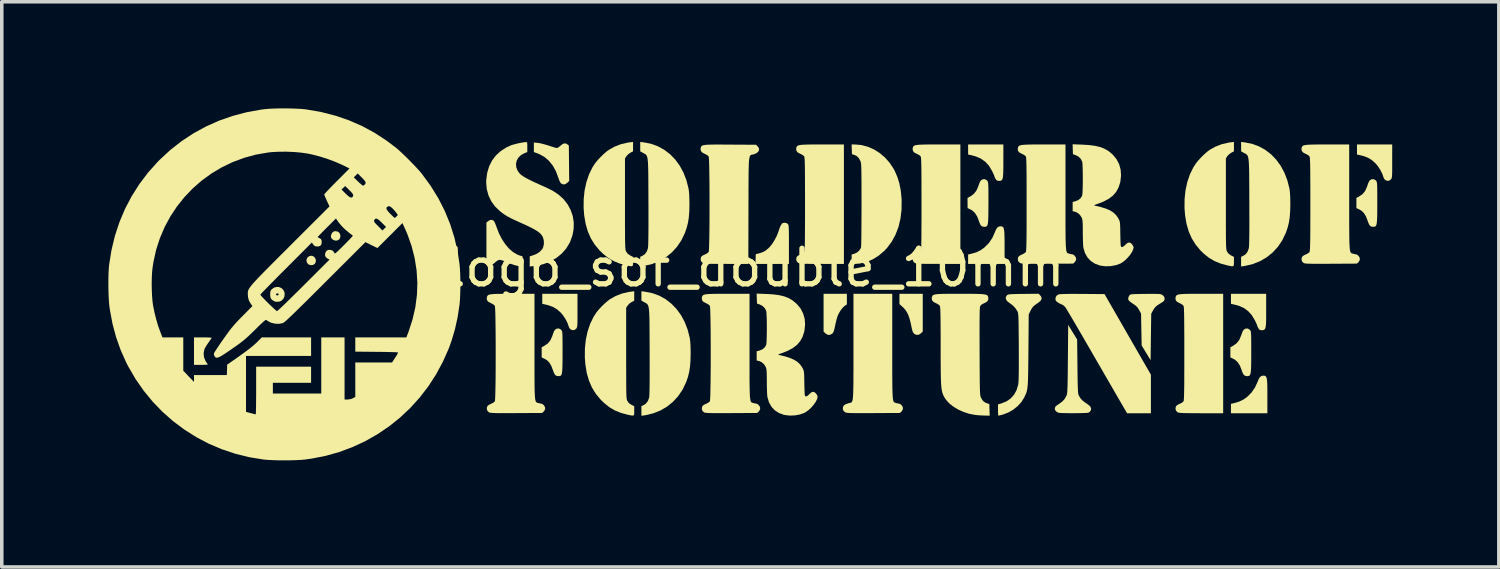
<source format=kicad_pcb>
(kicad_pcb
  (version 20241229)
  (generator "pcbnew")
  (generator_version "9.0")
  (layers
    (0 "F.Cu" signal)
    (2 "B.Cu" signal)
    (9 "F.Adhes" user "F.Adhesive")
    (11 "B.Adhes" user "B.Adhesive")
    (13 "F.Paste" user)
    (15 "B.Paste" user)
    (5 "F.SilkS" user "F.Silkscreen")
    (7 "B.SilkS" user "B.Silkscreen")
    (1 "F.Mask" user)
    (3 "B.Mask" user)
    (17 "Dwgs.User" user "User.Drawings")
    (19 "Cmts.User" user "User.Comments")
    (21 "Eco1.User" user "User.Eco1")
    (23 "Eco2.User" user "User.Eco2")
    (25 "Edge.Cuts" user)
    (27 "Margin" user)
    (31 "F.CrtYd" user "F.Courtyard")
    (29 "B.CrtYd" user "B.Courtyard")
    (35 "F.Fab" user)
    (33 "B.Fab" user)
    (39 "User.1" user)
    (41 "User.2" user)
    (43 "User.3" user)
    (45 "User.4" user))
  (footprint "logo_sof_double_10mm"
    (layer "F.Cu")
    (at 18.211 4.983)
    (property "Reference" "logo_sof_double_10mm" (at 0 -0.5 0) (unlocked yes) (layer "F.SilkS") (effects (font (size 1 1) (thickness 0.15))))
    (fp_poly (pts (xy -12.471 -0.832) (xy -12.419 -0.805) (xy -12.385 -0.758) (xy -12.37 -0.701) (xy -12.38 -0.644) (xy -12.405 -0.605) (xy -12.455 -0.576) (xy -12.515 -0.571) (xy -12.572 -0.588) (xy -12.605 -0.616) (xy -12.634 -0.674) (xy -12.634 -0.733) (xy -12.61 -0.784) (xy -12.567 -0.82) (xy -12.509 -0.836)) (stroke (width 0) (type solid)) (fill yes) (layer "F.SilkS"))
    (fp_poly (pts (xy -11.76 -1.516) (xy -11.726 -1.495) (xy -11.692 -1.449) (xy -11.68 -1.39) (xy -11.692 -1.331) (xy -11.716 -1.294) (xy -11.766 -1.265) (xy -11.827 -1.262) (xy -11.886 -1.283) (xy -11.912 -1.304) (xy -11.941 -1.341) (xy -11.948 -1.38) (xy -11.945 -1.409) (xy -11.921 -1.473) (xy -11.877 -1.514) (xy -11.821 -1.529)) (stroke (width 0) (type solid)) (fill yes) (layer "F.SilkS"))
    (fp_poly (pts (xy 4.708 1.297) (xy 4.659 1.346) (xy 4.6 1.386) (xy 4.538 1.393) (xy 4.478 1.368) (xy 4.465 1.357) (xy 4.438 1.326) (xy 4.418 1.279) (xy 4.4 1.21) (xy 4.397 1.194) (xy 4.366 1.046) (xy 4.334 0.926) (xy 4.3 0.829) (xy 4.261 0.75) (xy 4.215 0.682) (xy 4.159 0.621) (xy 4.142 0.606) (xy 4.052 0.524) (xy 4.052 0.235) (xy 4.708 0.235)) (stroke (width 0) (type solid)) (fill yes) (layer "F.SilkS"))
    (fp_poly (pts (xy 2.573 0.534) (xy 2.513 0.574) (xy 2.458 0.623) (xy 2.401 0.696) (xy 2.349 0.781) (xy 2.313 0.857) (xy 2.298 0.905) (xy 2.278 0.975) (xy 2.258 1.058) (xy 2.243 1.126) (xy 2.224 1.214) (xy 2.208 1.276) (xy 2.191 1.317) (xy 2.173 1.345) (xy 2.16 1.357) (xy 2.101 1.39) (xy 2.04 1.391) (xy 1.98 1.359) (xy 1.966 1.346) (xy 1.917 1.297) (xy 1.917 0.235) (xy 2.573 0.235)) (stroke (width 0) (type solid)) (fill yes) (layer "F.SilkS"))
    (fp_poly (pts (xy 6.924 -1.662) (xy 6.95 -1.655) (xy 6.969 -1.64) (xy 6.985 -1.613) (xy 6.995 -1.571) (xy 7.003 -1.51) (xy 7.007 -1.428) (xy 7.01 -1.32) (xy 7.011 -1.185) (xy 7.011 -1.085) (xy 7.011 -0.605) (xy 5.985 -0.605) (xy 5.985 -0.871) (xy 6.067 -0.889) (xy 6.216 -0.932) (xy 6.346 -0.997) (xy 6.442 -1.066) (xy 6.566 -1.189) (xy 6.665 -1.335) (xy 6.734 -1.487) (xy 6.769 -1.571) (xy 6.804 -1.625) (xy 6.843 -1.655) (xy 6.89 -1.664) (xy 6.893 -1.664)) (stroke (width 0) (type solid)) (fill yes) (layer "F.SilkS"))
    (fp_poly (pts (xy 14.321 2.54) (xy 14.346 2.547) (xy 14.366 2.563) (xy 14.381 2.59) (xy 14.392 2.632) (xy 14.399 2.693) (xy 14.404 2.775) (xy 14.406 2.882) (xy 14.407 3.018) (xy 14.407 3.117) (xy 14.407 3.597) (xy 13.382 3.597) (xy 13.382 3.331) (xy 13.463 3.314) (xy 13.612 3.27) (xy 13.742 3.206) (xy 13.838 3.137) (xy 13.962 3.013) (xy 14.061 2.868) (xy 14.13 2.715) (xy 14.165 2.632) (xy 14.2 2.577) (xy 14.24 2.548) (xy 14.287 2.539) (xy 14.289 2.539)) (stroke (width 0) (type solid)) (fill yes) (layer "F.SilkS"))
    (fp_poly (pts (xy -5.009 0.704) (xy -5.009 0.842) (xy -5.009 0.95) (xy -5.01 1.033) (xy -5.012 1.095) (xy -5.016 1.139) (xy -5.021 1.169) (xy -5.027 1.19) (xy -5.036 1.206) (xy -5.043 1.216) (xy -5.091 1.253) (xy -5.147 1.259) (xy -5.205 1.236) (xy -5.236 1.201) (xy -5.252 1.165) (xy -5.288 1.061) (xy -5.344 0.951) (xy -5.413 0.845) (xy -5.478 0.767) (xy -5.582 0.674) (xy -5.694 0.607) (xy -5.824 0.559) (xy -5.882 0.544) (xy -6 0.517) (xy -6 0.235) (xy -5.009 0.235)) (stroke (width 0) (type solid)) (fill yes) (layer "F.SilkS"))
    (fp_poly (pts (xy 17.92 -3.499) (xy 17.92 -3.361) (xy 17.92 -3.252) (xy 17.919 -3.169) (xy 17.917 -3.108) (xy 17.913 -3.064) (xy 17.908 -3.033) (xy 17.902 -3.012) (xy 17.893 -2.996) (xy 17.886 -2.986) (xy 17.838 -2.95) (xy 17.781 -2.943) (xy 17.724 -2.967) (xy 17.693 -3.002) (xy 17.677 -3.038) (xy 17.641 -3.141) (xy 17.585 -3.252) (xy 17.516 -3.357) (xy 17.45 -3.436) (xy 17.347 -3.528) (xy 17.235 -3.596) (xy 17.104 -3.644) (xy 17.046 -3.658) (xy 16.929 -3.685) (xy 16.929 -3.967) (xy 17.92 -3.967)) (stroke (width 0) (type solid)) (fill yes) (layer "F.SilkS"))
    (fp_poly (pts (xy -15.447 1.463) (xy -15.377 1.465) (xy -15.332 1.469) (xy -15.31 1.474) (xy -15.307 1.483) (xy -15.307 1.483) (xy -15.322 1.506) (xy -15.352 1.548) (xy -15.39 1.602) (xy -15.404 1.622) (xy -15.446 1.684) (xy -15.482 1.744) (xy -15.506 1.791) (xy -15.509 1.799) (xy -15.53 1.906) (xy -15.521 2.015) (xy -15.482 2.118) (xy -15.454 2.163) (xy -15.428 2.199) (xy -15.415 2.223) (xy -15.414 2.226) (xy -15.43 2.23) (xy -15.472 2.233) (xy -15.535 2.235) (xy -15.607 2.236) (xy -15.801 2.236) (xy -15.801 1.462) (xy -15.547 1.462)) (stroke (width 0) (type solid)) (fill yes) (layer "F.SilkS"))
    (fp_poly (pts (xy 6.977 -3.504) (xy 6.977 -3.352) (xy 6.975 -3.23) (xy 6.972 -3.135) (xy 6.966 -3.064) (xy 6.957 -3.012) (xy 6.943 -2.978) (xy 6.925 -2.957) (xy 6.901 -2.946) (xy 6.87 -2.943) (xy 6.847 -2.942) (xy 6.804 -2.949) (xy 6.773 -2.975) (xy 6.758 -2.996) (xy 6.737 -3.037) (xy 6.725 -3.067) (xy 6.725 -3.07) (xy 6.718 -3.093) (xy 6.699 -3.137) (xy 6.671 -3.196) (xy 6.656 -3.227) (xy 6.57 -3.369) (xy 6.467 -3.482) (xy 6.344 -3.569) (xy 6.199 -3.632) (xy 6.103 -3.658) (xy 5.985 -3.685) (xy 5.985 -3.967) (xy 6.977 -3.967)) (stroke (width 0) (type solid)) (fill yes) (layer "F.SilkS"))
    (fp_poly (pts (xy 14.373 0.699) (xy 14.373 0.851) (xy 14.372 0.973) (xy 14.369 1.068) (xy 14.363 1.139) (xy 14.353 1.19) (xy 14.34 1.224) (xy 14.321 1.245) (xy 14.297 1.256) (xy 14.266 1.26) (xy 14.243 1.26) (xy 14.2 1.254) (xy 14.169 1.228) (xy 14.155 1.206) (xy 14.133 1.166) (xy 14.122 1.136) (xy 14.121 1.132) (xy 14.114 1.11) (xy 14.095 1.065) (xy 14.067 1.006) (xy 14.052 0.976) (xy 13.966 0.834) (xy 13.863 0.721) (xy 13.741 0.633) (xy 13.596 0.57) (xy 13.5 0.544) (xy 13.382 0.517) (xy 13.382 0.235) (xy 14.373 0.235)) (stroke (width 0) (type solid)) (fill yes) (layer "F.SilkS"))
    (fp_poly (pts (xy 0.888 -1.748) (xy 0.909 -1.731) (xy 0.918 -1.721) (xy 0.925 -1.707) (xy 0.931 -1.687) (xy 0.935 -1.656) (xy 0.938 -1.612) (xy 0.94 -1.55) (xy 0.941 -1.467) (xy 0.942 -1.359) (xy 0.942 -1.223) (xy 0.942 -1.151) (xy 0.942 -0.605) (xy -0.001 -0.605) (xy 0.004 -0.742) (xy 0.009 -0.879) (xy 0.098 -0.901) (xy 0.199 -0.934) (xy 0.284 -0.979) (xy 0.363 -1.044) (xy 0.407 -1.09) (xy 0.473 -1.173) (xy 0.539 -1.278) (xy 0.598 -1.391) (xy 0.642 -1.5) (xy 0.657 -1.546) (xy 0.682 -1.623) (xy 0.712 -1.689) (xy 0.743 -1.736) (xy 0.766 -1.755) (xy 0.83 -1.765)) (stroke (width 0) (type solid)) (fill yes) (layer "F.SilkS"))
    (fp_poly (pts (xy -13.408 0.046) (xy -13.342 0.074) (xy -13.289 0.123) (xy -13.256 0.191) (xy -13.25 0.223) (xy -13.255 0.308) (xy -13.287 0.378) (xy -13.341 0.43) (xy -13.411 0.459) (xy -13.492 0.46) (xy -13.524 0.453) (xy -13.572 0.429) (xy -13.616 0.394) (xy -13.616 0.394) (xy -13.641 0.361) (xy -13.653 0.322) (xy -13.657 0.265) (xy -13.657 0.258) (xy -13.493 0.258) (xy -13.49 0.268) (xy -13.465 0.282) (xy -13.435 0.276) (xy -13.418 0.256) (xy -13.424 0.235) (xy -13.448 0.223) (xy -13.476 0.226) (xy -13.484 0.232) (xy -13.493 0.258) (xy -13.657 0.258) (xy -13.657 0.252) (xy -13.655 0.19) (xy -13.644 0.149) (xy -13.621 0.116) (xy -13.617 0.111) (xy -13.552 0.063) (xy -13.48 0.042)) (stroke (width 0) (type solid)) (fill yes) (layer "F.SilkS"))
    (fp_poly (pts (xy -7.364 -1.818) (xy -7.345 -1.788) (xy -7.321 -1.735) (xy -7.296 -1.67) (xy -7.289 -1.65) (xy -7.221 -1.471) (xy -7.138 -1.307) (xy -7.042 -1.162) (xy -6.937 -1.038) (xy -6.825 -0.94) (xy -6.709 -0.871) (xy -6.648 -0.847) (xy -6.555 -0.818) (xy -6.555 -0.538) (xy -6.601 -0.54) (xy -6.654 -0.545) (xy -6.69 -0.55) (xy -6.762 -0.567) (xy -6.857 -0.598) (xy -6.965 -0.639) (xy -7.028 -0.666) (xy -7.111 -0.7) (xy -7.171 -0.717) (xy -7.219 -0.718) (xy -7.261 -0.7) (xy -7.307 -0.665) (xy -7.327 -0.647) (xy -7.39 -0.596) (xy -7.441 -0.574) (xy -7.487 -0.581) (xy -7.531 -0.614) (xy -7.531 -0.615) (xy -7.572 -0.658) (xy -7.572 -1.768) (xy -7.525 -1.809) (xy -7.467 -1.842) (xy -7.412 -1.845)) (stroke (width 0) (type solid)) (fill yes) (layer "F.SilkS"))
    (fp_poly (pts (xy -6.122 -4.011) (xy -6.06 -4.001) (xy -5.977 -3.981) (xy -5.886 -3.956) (xy -5.812 -3.933) (xy -5.734 -3.907) (xy -5.666 -3.886) (xy -5.614 -3.872) (xy -5.587 -3.866) (xy -5.587 -3.866) (xy -5.56 -3.877) (xy -5.519 -3.905) (xy -5.486 -3.934) (xy -5.424 -3.981) (xy -5.371 -3.999) (xy -5.321 -3.988) (xy -5.292 -3.969) (xy -5.252 -3.937) (xy -5.247 -3.439) (xy -5.242 -2.941) (xy -5.292 -2.891) (xy -5.35 -2.851) (xy -5.409 -2.842) (xy -5.464 -2.865) (xy -5.475 -2.875) (xy -5.498 -2.907) (xy -5.523 -2.961) (xy -5.546 -3.025) (xy -5.548 -3.03) (xy -5.617 -3.217) (xy -5.708 -3.378) (xy -5.818 -3.513) (xy -5.947 -3.621) (xy -6.095 -3.701) (xy -6.136 -3.717) (xy -6.236 -3.753) (xy -6.236 -4.022)) (stroke (width 0) (type solid)) (fill yes) (layer "F.SilkS"))
    (fp_poly (pts (xy -5.484 1.235) (xy -5.464 1.255) (xy -5.454 1.268) (xy -5.447 1.283) (xy -5.441 1.304) (xy -5.436 1.335) (xy -5.433 1.378) (xy -5.431 1.438) (xy -5.43 1.518) (xy -5.429 1.622) (xy -5.429 1.754) (xy -5.429 1.867) (xy -5.429 2.033) (xy -5.43 2.169) (xy -5.432 2.278) (xy -5.436 2.362) (xy -5.441 2.426) (xy -5.448 2.473) (xy -5.457 2.505) (xy -5.468 2.527) (xy -5.482 2.54) (xy -5.484 2.542) (xy -5.53 2.554) (xy -5.585 2.548) (xy -5.626 2.53) (xy -5.652 2.498) (xy -5.68 2.44) (xy -5.7 2.384) (xy -5.746 2.263) (xy -5.801 2.171) (xy -5.867 2.105) (xy -5.928 2.068) (xy -6.016 2.026) (xy -6.017 1.74) (xy -5.941 1.699) (xy -5.846 1.634) (xy -5.775 1.55) (xy -5.724 1.441) (xy -5.713 1.409) (xy -5.691 1.343) (xy -5.666 1.286) (xy -5.644 1.25) (xy -5.642 1.248) (xy -5.593 1.216) (xy -5.536 1.211)) (stroke (width 0) (type solid)) (fill yes) (layer "F.SilkS"))
    (fp_poly (pts (xy 6.502 -2.968) (xy 6.522 -2.948) (xy 6.531 -2.935) (xy 6.539 -2.92) (xy 6.545 -2.898) (xy 6.549 -2.868) (xy 6.552 -2.825) (xy 6.555 -2.764) (xy 6.556 -2.684) (xy 6.557 -2.58) (xy 6.557 -2.449) (xy 6.557 -2.335) (xy 6.556 -2.169) (xy 6.555 -2.033) (xy 6.553 -1.925) (xy 6.55 -1.84) (xy 6.545 -1.776) (xy 6.538 -1.729) (xy 6.529 -1.697) (xy 6.518 -1.676) (xy 6.504 -1.662) (xy 6.501 -1.661) (xy 6.456 -1.648) (xy 6.401 -1.654) (xy 6.359 -1.673) (xy 6.331 -1.708) (xy 6.303 -1.77) (xy 6.288 -1.815) (xy 6.239 -1.942) (xy 6.177 -2.04) (xy 6.1 -2.11) (xy 6.057 -2.135) (xy 5.97 -2.177) (xy 5.968 -2.463) (xy 6.045 -2.504) (xy 6.143 -2.573) (xy 6.217 -2.667) (xy 6.27 -2.785) (xy 6.274 -2.798) (xy 6.296 -2.863) (xy 6.321 -2.919) (xy 6.343 -2.954) (xy 6.343 -2.954) (xy 6.393 -2.987) (xy 6.449 -2.991)) (stroke (width 0) (type solid)) (fill yes) (layer "F.SilkS"))
    (fp_poly (pts (xy 9.211 0.239) (xy 9.212 0.239) (xy 9.824 0.244) (xy 11.129 2.512) (xy 11.129 3.597) (xy 10.459 3.597) (xy 10.368 3.442) (xy 10.346 3.404) (xy 10.308 3.34) (xy 10.257 3.251) (xy 10.192 3.14) (xy 10.117 3.01) (xy 10.032 2.862) (xy 9.938 2.7) (xy 9.837 2.526) (xy 9.731 2.341) (xy 9.62 2.15) (xy 9.524 1.984) (xy 9.412 1.79) (xy 9.304 1.604) (xy 9.202 1.427) (xy 9.106 1.262) (xy 9.018 1.111) (xy 8.939 0.976) (xy 8.87 0.86) (xy 8.813 0.764) (xy 8.769 0.691) (xy 8.74 0.643) (xy 8.726 0.622) (xy 8.689 0.581) (xy 8.651 0.551) (xy 8.641 0.546) (xy 8.549 0.503) (xy 8.487 0.464) (xy 8.452 0.425) (xy 8.441 0.383) (xy 8.451 0.333) (xy 8.456 0.321) (xy 8.486 0.277) (xy 8.538 0.251) (xy 8.574 0.246) (xy 8.643 0.242) (xy 8.742 0.24) (xy 8.871 0.238) (xy 9.027 0.238)) (stroke (width 0) (type solid)) (fill yes) (layer "F.SilkS"))
    (fp_poly (pts (xy 17.445 -2.968) (xy 17.465 -2.948) (xy 17.475 -2.935) (xy 17.482 -2.92) (xy 17.488 -2.898) (xy 17.493 -2.868) (xy 17.496 -2.825) (xy 17.498 -2.764) (xy 17.499 -2.684) (xy 17.5 -2.58) (xy 17.5 -2.449) (xy 17.5 -2.335) (xy 17.5 -2.169) (xy 17.499 -2.033) (xy 17.497 -1.925) (xy 17.493 -1.84) (xy 17.488 -1.776) (xy 17.481 -1.729) (xy 17.472 -1.697) (xy 17.461 -1.676) (xy 17.447 -1.662) (xy 17.444 -1.661) (xy 17.399 -1.648) (xy 17.344 -1.654) (xy 17.303 -1.673) (xy 17.277 -1.705) (xy 17.249 -1.763) (xy 17.229 -1.819) (xy 17.183 -1.939) (xy 17.128 -2.031) (xy 17.062 -2.098) (xy 17.001 -2.135) (xy 16.913 -2.177) (xy 16.912 -2.463) (xy 16.988 -2.503) (xy 17.083 -2.568) (xy 17.154 -2.653) (xy 17.205 -2.761) (xy 17.216 -2.794) (xy 17.238 -2.859) (xy 17.263 -2.916) (xy 17.285 -2.953) (xy 17.287 -2.954) (xy 17.336 -2.987) (xy 17.393 -2.991)) (stroke (width 0) (type solid)) (fill yes) (layer "F.SilkS"))
    (fp_poly (pts (xy 13.898 1.235) (xy 13.918 1.255) (xy 13.928 1.268) (xy 13.935 1.283) (xy 13.941 1.304) (xy 13.946 1.335) (xy 13.949 1.378) (xy 13.951 1.438) (xy 13.952 1.518) (xy 13.953 1.622) (xy 13.953 1.754) (xy 13.953 1.867) (xy 13.953 2.033) (xy 13.952 2.169) (xy 13.95 2.278) (xy 13.946 2.362) (xy 13.941 2.426) (xy 13.934 2.473) (xy 13.925 2.505) (xy 13.914 2.527) (xy 13.9 2.54) (xy 13.898 2.542) (xy 13.852 2.554) (xy 13.797 2.548) (xy 13.756 2.529) (xy 13.728 2.495) (xy 13.699 2.433) (xy 13.685 2.388) (xy 13.636 2.26) (xy 13.573 2.162) (xy 13.497 2.092) (xy 13.454 2.068) (xy 13.366 2.026) (xy 13.366 1.883) (xy 13.365 1.74) (xy 13.442 1.699) (xy 13.539 1.63) (xy 13.614 1.536) (xy 13.666 1.417) (xy 13.67 1.404) (xy 13.693 1.34) (xy 13.717 1.284) (xy 13.74 1.248) (xy 13.74 1.248) (xy 13.789 1.216) (xy 13.846 1.211)) (stroke (width 0) (type solid)) (fill yes) (layer "F.SilkS"))
    (fp_poly (pts (xy 11.26 0.238) (xy 11.333 0.24) (xy 11.381 0.242) (xy 11.394 0.244) (xy 11.454 0.268) (xy 11.497 0.31) (xy 11.515 0.362) (xy 11.515 0.369) (xy 11.512 0.404) (xy 11.499 0.432) (xy 11.471 0.458) (xy 11.42 0.491) (xy 11.398 0.504) (xy 11.32 0.553) (xy 11.264 0.598) (xy 11.221 0.649) (xy 11.183 0.713) (xy 11.182 0.714) (xy 11.138 0.798) (xy 11.129 1.451) (xy 11.121 2.104) (xy 10.995 1.897) (xy 10.869 1.689) (xy 10.86 1.243) (xy 10.852 0.796) (xy 10.801 0.698) (xy 10.754 0.622) (xy 10.697 0.566) (xy 10.667 0.544) (xy 10.592 0.494) (xy 10.542 0.457) (xy 10.511 0.428) (xy 10.495 0.402) (xy 10.49 0.377) (xy 10.49 0.37) (xy 10.501 0.322) (xy 10.522 0.283) (xy 10.533 0.271) (xy 10.546 0.261) (xy 10.565 0.254) (xy 10.595 0.249) (xy 10.64 0.245) (xy 10.704 0.243) (xy 10.791 0.241) (xy 10.907 0.239) (xy 10.947 0.239) (xy 11.062 0.237) (xy 11.168 0.237)) (stroke (width 0) (type solid)) (fill yes) (layer "F.SilkS"))
    (fp_poly (pts (xy -3.445 -3.774) (xy -3.521 -3.734) (xy -3.575 -3.696) (xy -3.622 -3.65) (xy -3.634 -3.633) (xy -3.672 -3.572) (xy -3.672 -2.295) (xy -3.672 -2.057) (xy -3.672 -1.851) (xy -3.672 -1.673) (xy -3.671 -1.523) (xy -3.671 -1.396) (xy -3.67 -1.291) (xy -3.668 -1.206) (xy -3.666 -1.138) (xy -3.664 -1.085) (xy -3.661 -1.045) (xy -3.658 -1.014) (xy -3.654 -0.992) (xy -3.649 -0.975) (xy -3.643 -0.961) (xy -3.638 -0.95) (xy -3.593 -0.89) (xy -3.526 -0.844) (xy -3.524 -0.843) (xy -3.445 -0.803) (xy -3.445 -0.671) (xy -3.445 -0.607) (xy -3.45 -0.566) (xy -3.465 -0.544) (xy -3.496 -0.539) (xy -3.548 -0.547) (xy -3.627 -0.564) (xy -3.628 -0.564) (xy -3.822 -0.616) (xy -3.993 -0.686) (xy -4.147 -0.777) (xy -4.293 -0.893) (xy -4.388 -0.987) (xy -4.523 -1.149) (xy -4.633 -1.326) (xy -4.718 -1.52) (xy -4.78 -1.735) (xy -4.82 -1.972) (xy -4.836 -2.178) (xy -4.834 -2.432) (xy -4.808 -2.677) (xy -4.757 -2.908) (xy -4.685 -3.124) (xy -4.59 -3.318) (xy -4.515 -3.435) (xy -4.447 -3.519) (xy -4.362 -3.611) (xy -4.27 -3.7) (xy -4.18 -3.777) (xy -4.129 -3.814) (xy -3.968 -3.905) (xy -3.788 -3.975) (xy -3.596 -4.019) (xy -3.542 -4.027) (xy -3.445 -4.038)) (stroke (width 0) (type solid)) (fill yes) (layer "F.SilkS"))
    (fp_poly (pts (xy -3.412 0.429) (xy -3.487 0.469) (xy -3.542 0.506) (xy -3.588 0.553) (xy -3.601 0.57) (xy -3.639 0.63) (xy -3.639 1.908) (xy -3.639 2.146) (xy -3.638 2.352) (xy -3.638 2.529) (xy -3.638 2.68) (xy -3.637 2.806) (xy -3.636 2.911) (xy -3.635 2.996) (xy -3.633 3.064) (xy -3.631 3.117) (xy -3.628 3.158) (xy -3.624 3.188) (xy -3.62 3.211) (xy -3.615 3.228) (xy -3.609 3.242) (xy -3.604 3.253) (xy -3.56 3.313) (xy -3.492 3.359) (xy -3.491 3.36) (xy -3.412 3.399) (xy -3.412 3.532) (xy -3.412 3.596) (xy -3.417 3.637) (xy -3.431 3.658) (xy -3.462 3.663) (xy -3.514 3.656) (xy -3.594 3.639) (xy -3.595 3.639) (xy -3.789 3.586) (xy -3.959 3.517) (xy -4.113 3.426) (xy -4.259 3.309) (xy -4.355 3.215) (xy -4.49 3.054) (xy -4.599 2.877) (xy -4.685 2.682) (xy -4.747 2.468) (xy -4.786 2.231) (xy -4.802 2.024) (xy -4.8 1.771) (xy -4.774 1.526) (xy -4.724 1.294) (xy -4.651 1.079) (xy -4.556 0.884) (xy -4.481 0.767) (xy -4.414 0.683) (xy -4.329 0.591) (xy -4.236 0.502) (xy -4.146 0.426) (xy -4.096 0.388) (xy -3.935 0.297) (xy -3.755 0.228) (xy -3.563 0.183) (xy -3.508 0.176) (xy -3.412 0.164)) (stroke (width 0) (type solid)) (fill yes) (layer "F.SilkS"))
    (fp_poly (pts (xy 8.927 1.316) (xy 9.053 1.521) (xy 9.062 2.278) (xy 9.064 2.461) (xy 9.066 2.613) (xy 9.068 2.738) (xy 9.071 2.838) (xy 9.074 2.917) (xy 9.077 2.977) (xy 9.081 3.022) (xy 9.086 3.055) (xy 9.092 3.078) (xy 9.098 3.093) (xy 9.139 3.165) (xy 9.19 3.226) (xy 9.261 3.284) (xy 9.316 3.321) (xy 9.388 3.373) (xy 9.431 3.419) (xy 9.447 3.464) (xy 9.438 3.512) (xy 9.434 3.523) (xy 9.404 3.561) (xy 9.372 3.581) (xy 9.343 3.585) (xy 9.287 3.589) (xy 9.209 3.592) (xy 9.115 3.594) (xy 9.012 3.595) (xy 8.906 3.595) (xy 8.802 3.595) (xy 8.706 3.593) (xy 8.625 3.591) (xy 8.564 3.588) (xy 8.53 3.583) (xy 8.528 3.583) (xy 8.471 3.554) (xy 8.434 3.511) (xy 8.423 3.462) (xy 8.441 3.413) (xy 8.444 3.409) (xy 8.468 3.387) (xy 8.512 3.355) (xy 8.559 3.324) (xy 8.642 3.262) (xy 8.704 3.192) (xy 8.754 3.1) (xy 8.755 3.098) (xy 8.761 3.082) (xy 8.767 3.061) (xy 8.771 3.032) (xy 8.775 2.993) (xy 8.778 2.941) (xy 8.781 2.873) (xy 8.784 2.788) (xy 8.786 2.68) (xy 8.788 2.55) (xy 8.79 2.392) (xy 8.791 2.206) (xy 8.793 2.073) (xy 8.801 1.111)) (stroke (width 0) (type solid)) (fill yes) (layer "F.SilkS"))
    (fp_poly (pts (xy 13.466 -3.774) (xy 13.39 -3.734) (xy 13.336 -3.696) (xy 13.289 -3.65) (xy 13.276 -3.633) (xy 13.239 -3.572) (xy 13.239 -2.295) (xy 13.239 -2.057) (xy 13.239 -1.851) (xy 13.239 -1.673) (xy 13.24 -1.523) (xy 13.24 -1.396) (xy 13.241 -1.291) (xy 13.243 -1.206) (xy 13.244 -1.138) (xy 13.247 -1.085) (xy 13.25 -1.045) (xy 13.253 -1.014) (xy 13.257 -0.992) (xy 13.262 -0.975) (xy 13.268 -0.961) (xy 13.273 -0.95) (xy 13.318 -0.89) (xy 13.385 -0.844) (xy 13.387 -0.843) (xy 13.466 -0.803) (xy 13.466 -0.671) (xy 13.465 -0.607) (xy 13.461 -0.566) (xy 13.446 -0.544) (xy 13.415 -0.539) (xy 13.363 -0.547) (xy 13.284 -0.564) (xy 13.283 -0.564) (xy 13.089 -0.616) (xy 12.918 -0.686) (xy 12.764 -0.777) (xy 12.618 -0.893) (xy 12.522 -0.987) (xy 12.388 -1.149) (xy 12.278 -1.326) (xy 12.193 -1.52) (xy 12.131 -1.735) (xy 12.091 -1.972) (xy 12.075 -2.178) (xy 12.077 -2.432) (xy 12.103 -2.677) (xy 12.153 -2.908) (xy 12.226 -3.124) (xy 12.321 -3.318) (xy 12.396 -3.435) (xy 12.464 -3.519) (xy 12.549 -3.611) (xy 12.641 -3.7) (xy 12.731 -3.777) (xy 12.782 -3.814) (xy 12.942 -3.905) (xy 13.123 -3.975) (xy 13.315 -4.019) (xy 13.369 -4.027) (xy 13.466 -4.038)) (stroke (width 0) (type solid)) (fill yes) (layer "F.SilkS"))
    (fp_poly (pts (xy 2.489 -0.605) (xy 1.871 -0.606) (xy 1.705 -0.606) (xy 1.57 -0.607) (xy 1.462 -0.608) (xy 1.377 -0.61) (xy 1.314 -0.613) (xy 1.268 -0.617) (xy 1.235 -0.622) (xy 1.214 -0.628) (xy 1.207 -0.631) (xy 1.164 -0.672) (xy 1.146 -0.729) (xy 1.155 -0.788) (xy 1.177 -0.822) (xy 1.223 -0.852) (xy 1.261 -0.868) (xy 1.318 -0.897) (xy 1.361 -0.928) (xy 1.373 -0.944) (xy 1.377 -0.957) (xy 1.381 -0.984) (xy 1.384 -1.024) (xy 1.387 -1.081) (xy 1.389 -1.156) (xy 1.391 -1.252) (xy 1.392 -1.37) (xy 1.393 -1.512) (xy 1.394 -1.681) (xy 1.395 -1.878) (xy 1.395 -2.105) (xy 1.395 -2.286) (xy 1.395 -2.536) (xy 1.394 -2.754) (xy 1.394 -2.943) (xy 1.393 -3.104) (xy 1.392 -3.239) (xy 1.39 -3.35) (xy 1.388 -3.44) (xy 1.386 -3.509) (xy 1.383 -3.561) (xy 1.38 -3.598) (xy 1.376 -3.62) (xy 1.373 -3.628) (xy 1.344 -3.659) (xy 1.293 -3.69) (xy 1.261 -3.704) (xy 1.192 -3.741) (xy 1.154 -3.786) (xy 1.145 -3.841) (xy 1.15 -3.872) (xy 1.157 -3.895) (xy 1.168 -3.915) (xy 1.185 -3.93) (xy 1.212 -3.942) (xy 1.252 -3.951) (xy 1.307 -3.958) (xy 1.382 -3.962) (xy 1.479 -3.965) (xy 1.601 -3.967) (xy 1.752 -3.967) (xy 1.874 -3.967) (xy 2.489 -3.967)) (stroke (width 0) (type solid)) (fill yes) (layer "F.SilkS"))
    (fp_poly (pts (xy 2.983 -3.951) (xy 3.163 -3.903) (xy 3.337 -3.826) (xy 3.5 -3.723) (xy 3.649 -3.596) (xy 3.78 -3.447) (xy 3.891 -3.278) (xy 3.918 -3.227) (xy 3.994 -3.053) (xy 4.05 -2.87) (xy 4.089 -2.672) (xy 4.111 -2.452) (xy 4.114 -2.387) (xy 4.111 -2.127) (xy 4.081 -1.879) (xy 4.025 -1.646) (xy 3.942 -1.429) (xy 3.835 -1.232) (xy 3.703 -1.055) (xy 3.631 -0.978) (xy 3.472 -0.842) (xy 3.303 -0.735) (xy 3.126 -0.66) (xy 2.942 -0.617) (xy 2.796 -0.606) (xy 2.707 -0.605) (xy 2.707 -0.87) (xy 2.783 -0.891) (xy 2.856 -0.926) (xy 2.92 -0.981) (xy 2.963 -1.048) (xy 2.972 -1.072) (xy 2.974 -1.096) (xy 2.976 -1.151) (xy 2.978 -1.234) (xy 2.98 -1.342) (xy 2.981 -1.472) (xy 2.982 -1.621) (xy 2.983 -1.787) (xy 2.984 -1.967) (xy 2.985 -2.157) (xy 2.985 -2.269) (xy 2.985 -2.496) (xy 2.984 -2.691) (xy 2.984 -2.857) (xy 2.983 -2.997) (xy 2.982 -3.114) (xy 2.981 -3.21) (xy 2.979 -3.287) (xy 2.977 -3.347) (xy 2.974 -3.394) (xy 2.971 -3.43) (xy 2.966 -3.458) (xy 2.961 -3.479) (xy 2.956 -3.496) (xy 2.955 -3.498) (xy 2.908 -3.584) (xy 2.843 -3.646) (xy 2.775 -3.677) (xy 2.716 -3.692) (xy 2.711 -3.83) (xy 2.706 -3.967) (xy 2.8 -3.967)) (stroke (width 0) (type solid)) (fill yes) (layer "F.SilkS"))
    (fp_poly (pts (xy 5.767 -0.605) (xy 5.149 -0.606) (xy 4.983 -0.606) (xy 4.848 -0.607) (xy 4.74 -0.608) (xy 4.655 -0.61) (xy 4.592 -0.613) (xy 4.545 -0.617) (xy 4.513 -0.622) (xy 4.492 -0.628) (xy 4.485 -0.631) (xy 4.442 -0.672) (xy 4.424 -0.729) (xy 4.432 -0.788) (xy 4.455 -0.822) (xy 4.501 -0.852) (xy 4.538 -0.868) (xy 4.596 -0.897) (xy 4.638 -0.928) (xy 4.651 -0.944) (xy 4.655 -0.957) (xy 4.659 -0.984) (xy 4.662 -1.024) (xy 4.665 -1.081) (xy 4.667 -1.156) (xy 4.669 -1.252) (xy 4.67 -1.37) (xy 4.671 -1.512) (xy 4.672 -1.681) (xy 4.673 -1.878) (xy 4.673 -2.105) (xy 4.673 -2.286) (xy 4.673 -2.536) (xy 4.672 -2.754) (xy 4.672 -2.943) (xy 4.671 -3.104) (xy 4.67 -3.239) (xy 4.668 -3.35) (xy 4.666 -3.44) (xy 4.664 -3.509) (xy 4.661 -3.561) (xy 4.658 -3.598) (xy 4.654 -3.62) (xy 4.651 -3.628) (xy 4.622 -3.659) (xy 4.571 -3.69) (xy 4.538 -3.704) (xy 4.469 -3.741) (xy 4.432 -3.786) (xy 4.423 -3.841) (xy 4.428 -3.872) (xy 4.435 -3.895) (xy 4.446 -3.915) (xy 4.463 -3.93) (xy 4.49 -3.942) (xy 4.53 -3.951) (xy 4.585 -3.958) (xy 4.66 -3.962) (xy 4.757 -3.965) (xy 4.879 -3.967) (xy 5.029 -3.967) (xy 5.152 -3.967) (xy 5.767 -3.967)) (stroke (width 0) (type solid)) (fill yes) (layer "F.SilkS"))
    (fp_poly (pts (xy 13.163 3.597) (xy 12.545 3.597) (xy 12.38 3.596) (xy 12.244 3.595) (xy 12.136 3.594) (xy 12.052 3.592) (xy 11.988 3.589) (xy 11.942 3.585) (xy 11.91 3.58) (xy 11.889 3.574) (xy 11.882 3.571) (xy 11.839 3.53) (xy 11.821 3.473) (xy 11.829 3.414) (xy 11.852 3.381) (xy 11.898 3.351) (xy 11.935 3.334) (xy 11.993 3.306) (xy 12.035 3.274) (xy 12.047 3.259) (xy 12.052 3.245) (xy 12.055 3.219) (xy 12.058 3.178) (xy 12.061 3.122) (xy 12.063 3.046) (xy 12.065 2.951) (xy 12.067 2.833) (xy 12.068 2.69) (xy 12.068 2.522) (xy 12.069 2.325) (xy 12.069 2.098) (xy 12.069 1.916) (xy 12.069 1.667) (xy 12.069 1.448) (xy 12.068 1.26) (xy 12.067 1.099) (xy 12.066 0.964) (xy 12.065 0.853) (xy 12.063 0.763) (xy 12.06 0.693) (xy 12.058 0.641) (xy 12.054 0.605) (xy 12.05 0.583) (xy 12.047 0.574) (xy 12.018 0.544) (xy 11.967 0.513) (xy 11.935 0.498) (xy 11.866 0.462) (xy 11.828 0.417) (xy 11.819 0.361) (xy 11.825 0.33) (xy 11.832 0.307) (xy 11.842 0.288) (xy 11.86 0.272) (xy 11.886 0.26) (xy 11.926 0.251) (xy 11.982 0.245) (xy 12.057 0.24) (xy 12.153 0.237) (xy 12.275 0.236) (xy 12.426 0.235) (xy 12.549 0.235) (xy 13.163 0.235)) (stroke (width 0) (type solid)) (fill yes) (layer "F.SilkS"))
    (fp_poly (pts (xy -3.147 -4.027) (xy -2.94 -3.987) (xy -2.746 -3.916) (xy -2.566 -3.817) (xy -2.402 -3.692) (xy -2.257 -3.542) (xy -2.13 -3.368) (xy -2.025 -3.173) (xy -1.942 -2.958) (xy -1.883 -2.724) (xy -1.88 -2.706) (xy -1.87 -2.629) (xy -1.863 -2.524) (xy -1.859 -2.396) (xy -1.858 -2.269) (xy -1.862 -2.08) (xy -1.875 -1.916) (xy -1.898 -1.77) (xy -1.932 -1.633) (xy -1.978 -1.498) (xy -1.986 -1.477) (xy -2.084 -1.272) (xy -2.207 -1.089) (xy -2.353 -0.929) (xy -2.519 -0.794) (xy -2.706 -0.685) (xy -2.909 -0.603) (xy -3.128 -0.551) (xy -3.164 -0.545) (xy -3.243 -0.534) (xy -3.243 -0.806) (xy -3.188 -0.83) (xy -3.116 -0.877) (xy -3.061 -0.95) (xy -3.027 -1.043) (xy -3.026 -1.046) (xy -3.022 -1.082) (xy -3.018 -1.146) (xy -3.016 -1.24) (xy -3.014 -1.364) (xy -3.012 -1.519) (xy -3.011 -1.705) (xy -3.011 -1.924) (xy -3.011 -2.175) (xy -3.012 -2.345) (xy -3.013 -2.585) (xy -3.014 -2.794) (xy -3.015 -2.974) (xy -3.016 -3.127) (xy -3.018 -3.255) (xy -3.021 -3.362) (xy -3.025 -3.449) (xy -3.031 -3.518) (xy -3.038 -3.573) (xy -3.047 -3.615) (xy -3.058 -3.646) (xy -3.072 -3.669) (xy -3.089 -3.686) (xy -3.108 -3.7) (xy -3.131 -3.713) (xy -3.157 -3.726) (xy -3.162 -3.729) (xy -3.243 -3.774) (xy -3.243 -4.038)) (stroke (width 0) (type solid)) (fill yes) (layer "F.SilkS"))
    (fp_poly (pts (xy -3.113 0.176) (xy -2.906 0.216) (xy -2.712 0.286) (xy -2.532 0.385) (xy -2.369 0.511) (xy -2.223 0.661) (xy -2.096 0.835) (xy -1.991 1.03) (xy -1.908 1.245) (xy -1.849 1.478) (xy -1.846 1.496) (xy -1.836 1.573) (xy -1.829 1.679) (xy -1.825 1.807) (xy -1.824 1.933) (xy -1.829 2.122) (xy -1.842 2.286) (xy -1.865 2.433) (xy -1.898 2.57) (xy -1.944 2.705) (xy -1.952 2.725) (xy -2.05 2.93) (xy -2.173 3.113) (xy -2.319 3.273) (xy -2.486 3.409) (xy -2.672 3.518) (xy -2.875 3.599) (xy -3.094 3.652) (xy -3.13 3.657) (xy -3.21 3.668) (xy -3.21 3.396) (xy -3.154 3.373) (xy -3.082 3.325) (xy -3.027 3.252) (xy -2.993 3.16) (xy -2.992 3.156) (xy -2.988 3.121) (xy -2.985 3.057) (xy -2.982 2.963) (xy -2.98 2.838) (xy -2.978 2.683) (xy -2.978 2.497) (xy -2.977 2.279) (xy -2.978 2.028) (xy -2.978 1.857) (xy -2.979 1.617) (xy -2.98 1.409) (xy -2.981 1.229) (xy -2.982 1.076) (xy -2.984 0.947) (xy -2.987 0.841) (xy -2.991 0.754) (xy -2.997 0.684) (xy -3.004 0.63) (xy -3.013 0.588) (xy -3.025 0.557) (xy -3.039 0.534) (xy -3.055 0.516) (xy -3.074 0.503) (xy -3.097 0.49) (xy -3.123 0.476) (xy -3.128 0.473) (xy -3.209 0.429) (xy -3.21 0.164)) (stroke (width 0) (type solid)) (fill yes) (layer "F.SilkS"))
    (fp_poly (pts (xy 13.764 -4.027) (xy 13.971 -3.987) (xy 14.165 -3.916) (xy 14.345 -3.817) (xy 14.509 -3.692) (xy 14.654 -3.542) (xy 14.781 -3.368) (xy 14.886 -3.173) (xy 14.969 -2.958) (xy 15.028 -2.724) (xy 15.031 -2.706) (xy 15.041 -2.629) (xy 15.048 -2.524) (xy 15.052 -2.396) (xy 15.053 -2.269) (xy 15.048 -2.08) (xy 15.035 -1.916) (xy 15.013 -1.77) (xy 14.979 -1.633) (xy 14.933 -1.498) (xy 14.925 -1.477) (xy 14.827 -1.272) (xy 14.704 -1.089) (xy 14.558 -0.929) (xy 14.391 -0.794) (xy 14.205 -0.685) (xy 14.002 -0.603) (xy 13.783 -0.551) (xy 13.747 -0.545) (xy 13.667 -0.534) (xy 13.667 -0.806) (xy 13.723 -0.83) (xy 13.795 -0.877) (xy 13.85 -0.95) (xy 13.884 -1.043) (xy 13.885 -1.046) (xy 13.889 -1.082) (xy 13.893 -1.146) (xy 13.895 -1.24) (xy 13.897 -1.364) (xy 13.899 -1.519) (xy 13.9 -1.705) (xy 13.9 -1.924) (xy 13.899 -2.175) (xy 13.899 -2.345) (xy 13.898 -2.585) (xy 13.897 -2.794) (xy 13.896 -2.974) (xy 13.895 -3.127) (xy 13.893 -3.255) (xy 13.89 -3.362) (xy 13.886 -3.449) (xy 13.88 -3.518) (xy 13.873 -3.573) (xy 13.864 -3.615) (xy 13.853 -3.646) (xy 13.839 -3.669) (xy 13.822 -3.686) (xy 13.803 -3.7) (xy 13.78 -3.713) (xy 13.754 -3.726) (xy 13.749 -3.729) (xy 13.668 -3.774) (xy 13.668 -3.906) (xy 13.667 -4.038)) (stroke (width 0) (type solid)) (fill yes) (layer "F.SilkS"))
    (fp_poly (pts (xy 3.85 1.715) (xy 3.85 1.98) (xy 3.85 2.213) (xy 3.85 2.417) (xy 3.851 2.593) (xy 3.852 2.743) (xy 3.853 2.87) (xy 3.856 2.976) (xy 3.859 3.062) (xy 3.863 3.132) (xy 3.868 3.185) (xy 3.875 3.226) (xy 3.883 3.256) (xy 3.893 3.276) (xy 3.905 3.29) (xy 3.918 3.298) (xy 3.934 3.303) (xy 3.952 3.308) (xy 3.964 3.311) (xy 4.01 3.322) (xy 4.045 3.328) (xy 4.049 3.328) (xy 4.074 3.339) (xy 4.108 3.366) (xy 4.112 3.37) (xy 4.147 3.424) (xy 4.15 3.482) (xy 4.12 3.537) (xy 4.11 3.548) (xy 4.066 3.589) (xy 3.324 3.593) (xy 3.144 3.594) (xy 2.994 3.594) (xy 2.872 3.594) (xy 2.775 3.593) (xy 2.698 3.592) (xy 2.64 3.59) (xy 2.597 3.586) (xy 2.566 3.582) (xy 2.543 3.577) (xy 2.527 3.57) (xy 2.526 3.57) (xy 2.477 3.529) (xy 2.457 3.474) (xy 2.466 3.415) (xy 2.491 3.374) (xy 2.54 3.342) (xy 2.617 3.316) (xy 2.636 3.311) (xy 2.656 3.307) (xy 2.675 3.303) (xy 2.69 3.297) (xy 2.704 3.288) (xy 2.716 3.273) (xy 2.726 3.251) (xy 2.734 3.219) (xy 2.741 3.175) (xy 2.746 3.118) (xy 2.75 3.044) (xy 2.753 2.953) (xy 2.755 2.842) (xy 2.757 2.709) (xy 2.757 2.552) (xy 2.758 2.369) (xy 2.758 2.158) (xy 2.758 1.917) (xy 2.758 1.715) (xy 2.758 0.235) (xy 3.85 0.235)) (stroke (width 0) (type solid)) (fill yes) (layer "F.SilkS"))
    (fp_poly (pts (xy 8.011 0.276) (xy 8.048 0.329) (xy 8.052 0.381) (xy 8.022 0.434) (xy 7.96 0.487) (xy 7.937 0.501) (xy 7.861 0.554) (xy 7.806 0.606) (xy 7.762 0.671) (xy 7.736 0.723) (xy 7.691 0.815) (xy 7.682 1.832) (xy 7.68 2.051) (xy 7.678 2.239) (xy 7.676 2.399) (xy 7.673 2.534) (xy 7.67 2.647) (xy 7.666 2.741) (xy 7.66 2.818) (xy 7.654 2.882) (xy 7.645 2.936) (xy 7.635 2.982) (xy 7.622 3.023) (xy 7.606 3.062) (xy 7.588 3.102) (xy 7.567 3.146) (xy 7.56 3.16) (xy 7.483 3.283) (xy 7.38 3.396) (xy 7.256 3.495) (xy 7.117 3.576) (xy 6.971 3.632) (xy 6.949 3.638) (xy 6.894 3.652) (xy 6.853 3.661) (xy 6.836 3.665) (xy 6.832 3.649) (xy 6.828 3.607) (xy 6.826 3.546) (xy 6.826 3.506) (xy 6.826 3.348) (xy 6.922 3.32) (xy 7.062 3.264) (xy 7.181 3.182) (xy 7.276 3.077) (xy 7.347 2.95) (xy 7.392 2.801) (xy 7.397 2.774) (xy 7.402 2.727) (xy 7.406 2.649) (xy 7.409 2.539) (xy 7.411 2.397) (xy 7.412 2.223) (xy 7.412 2.015) (xy 7.411 1.774) (xy 7.411 1.731) (xy 7.41 1.529) (xy 7.408 1.358) (xy 7.407 1.214) (xy 7.406 1.096) (xy 7.404 1.001) (xy 7.401 0.925) (xy 7.399 0.866) (xy 7.395 0.821) (xy 7.391 0.788) (xy 7.386 0.764) (xy 7.38 0.746) (xy 7.376 0.735) (xy 7.322 0.649) (xy 7.247 0.567) (xy 7.162 0.502) (xy 7.153 0.496) (xy 7.088 0.447) (xy 7.051 0.393) (xy 7.043 0.34) (xy 7.066 0.29) (xy 7.08 0.276) (xy 7.093 0.266) (xy 7.111 0.258) (xy 7.137 0.252) (xy 7.177 0.248) (xy 7.234 0.245) (xy 7.312 0.242) (xy 7.415 0.24) (xy 7.542 0.239) (xy 7.969 0.234)) (stroke (width 0) (type solid)) (fill yes) (layer "F.SilkS"))
    (fp_poly (pts (xy -6.437 -4.031) (xy -6.427 -4.017) (xy -6.422 -3.985) (xy -6.421 -3.93) (xy -6.421 -3.894) (xy -6.421 -3.753) (xy -6.497 -3.724) (xy -6.597 -3.671) (xy -6.671 -3.599) (xy -6.719 -3.514) (xy -6.739 -3.421) (xy -6.731 -3.324) (xy -6.693 -3.228) (xy -6.637 -3.151) (xy -6.595 -3.112) (xy -6.537 -3.071) (xy -6.462 -3.025) (xy -6.364 -2.974) (xy -6.243 -2.915) (xy -6.094 -2.847) (xy -6.042 -2.824) (xy -5.95 -2.783) (xy -5.859 -2.741) (xy -5.779 -2.702) (xy -5.718 -2.671) (xy -5.705 -2.664) (xy -5.539 -2.554) (xy -5.399 -2.426) (xy -5.286 -2.281) (xy -5.2 -2.122) (xy -5.142 -1.953) (xy -5.114 -1.777) (xy -5.116 -1.596) (xy -5.149 -1.413) (xy -5.214 -1.232) (xy -5.23 -1.198) (xy -5.326 -1.04) (xy -5.448 -0.9) (xy -5.594 -0.78) (xy -5.761 -0.682) (xy -5.945 -0.607) (xy -6.144 -0.558) (xy -6.247 -0.544) (xy -6.353 -0.533) (xy -6.353 -0.818) (xy -6.282 -0.84) (xy -6.161 -0.887) (xy -6.066 -0.95) (xy -5.999 -1.025) (xy -5.972 -1.08) (xy -5.954 -1.17) (xy -5.957 -1.267) (xy -5.981 -1.353) (xy -5.981 -1.353) (xy -6.006 -1.399) (xy -6.039 -1.443) (xy -6.083 -1.485) (xy -6.141 -1.528) (xy -6.217 -1.574) (xy -6.313 -1.626) (xy -6.432 -1.684) (xy -6.579 -1.751) (xy -6.666 -1.79) (xy -6.792 -1.847) (xy -6.893 -1.896) (xy -6.977 -1.941) (xy -7.051 -1.986) (xy -7.12 -2.035) (xy -7.191 -2.091) (xy -7.328 -2.221) (xy -7.435 -2.368) (xy -7.513 -2.531) (xy -7.561 -2.707) (xy -7.578 -2.895) (xy -7.576 -2.974) (xy -7.549 -3.172) (xy -7.494 -3.354) (xy -7.412 -3.517) (xy -7.302 -3.661) (xy -7.166 -3.784) (xy -7.006 -3.886) (xy -6.89 -3.939) (xy -6.825 -3.961) (xy -6.742 -3.983) (xy -6.652 -4.004) (xy -6.565 -4.021) (xy -6.491 -4.032) (xy -6.452 -4.034)) (stroke (width 0) (type solid)) (fill yes) (layer "F.SilkS"))
    (fp_poly (pts (xy -0.845 -3.964) (xy -0.706 -3.963) (xy 0.015 -3.959) (xy 0.058 -3.918) (xy 0.096 -3.866) (xy 0.102 -3.813) (xy 0.079 -3.763) (xy 0.028 -3.721) (xy -0.048 -3.69) (xy -0.048 -3.69) (xy -0.073 -3.685) (xy -0.094 -3.681) (xy -0.113 -3.677) (xy -0.13 -3.67) (xy -0.144 -3.658) (xy -0.155 -3.641) (xy -0.165 -3.614) (xy -0.173 -3.577) (xy -0.18 -3.527) (xy -0.185 -3.462) (xy -0.188 -3.38) (xy -0.191 -3.28) (xy -0.193 -3.158) (xy -0.194 -3.014) (xy -0.195 -2.845) (xy -0.196 -2.648) (xy -0.196 -2.423) (xy -0.197 -2.166) (xy -0.197 -2.109) (xy -0.201 -0.605) (xy -0.819 -0.606) (xy -0.985 -0.606) (xy -1.12 -0.607) (xy -1.228 -0.608) (xy -1.312 -0.61) (xy -1.376 -0.613) (xy -1.422 -0.617) (xy -1.454 -0.622) (xy -1.475 -0.628) (xy -1.482 -0.631) (xy -1.525 -0.672) (xy -1.543 -0.729) (xy -1.535 -0.788) (xy -1.512 -0.822) (xy -1.466 -0.852) (xy -1.429 -0.868) (xy -1.371 -0.897) (xy -1.329 -0.928) (xy -1.317 -0.944) (xy -1.312 -0.968) (xy -1.308 -1.023) (xy -1.305 -1.106) (xy -1.302 -1.212) (xy -1.299 -1.339) (xy -1.297 -1.484) (xy -1.295 -1.644) (xy -1.294 -1.814) (xy -1.293 -1.994) (xy -1.293 -2.178) (xy -1.293 -2.364) (xy -1.293 -2.548) (xy -1.294 -2.728) (xy -1.295 -2.901) (xy -1.297 -3.063) (xy -1.299 -3.21) (xy -1.301 -3.341) (xy -1.304 -3.451) (xy -1.308 -3.537) (xy -1.312 -3.597) (xy -1.316 -3.627) (xy -1.317 -3.628) (xy -1.346 -3.659) (xy -1.397 -3.69) (xy -1.429 -3.704) (xy -1.498 -3.741) (xy -1.536 -3.786) (xy -1.545 -3.841) (xy -1.539 -3.872) (xy -1.533 -3.894) (xy -1.524 -3.913) (xy -1.509 -3.928) (xy -1.486 -3.94) (xy -1.451 -3.949) (xy -1.403 -3.956) (xy -1.337 -3.961) (xy -1.251 -3.963) (xy -1.142 -3.965) (xy -1.008 -3.965)) (stroke (width 0) (type solid)) (fill yes) (layer "F.SilkS"))
    (fp_poly (pts (xy -6.219 1.715) (xy -6.219 1.98) (xy -6.219 2.213) (xy -6.219 2.417) (xy -6.218 2.593) (xy -6.217 2.743) (xy -6.216 2.87) (xy -6.214 2.976) (xy -6.21 3.062) (xy -6.206 3.132) (xy -6.201 3.185) (xy -6.194 3.226) (xy -6.186 3.256) (xy -6.176 3.276) (xy -6.164 3.29) (xy -6.151 3.298) (xy -6.135 3.303) (xy -6.118 3.308) (xy -6.105 3.311) (xy -6.059 3.322) (xy -6.025 3.328) (xy -6.021 3.328) (xy -5.995 3.339) (xy -5.961 3.366) (xy -5.958 3.37) (xy -5.923 3.424) (xy -5.92 3.482) (xy -5.949 3.537) (xy -5.96 3.548) (xy -6.003 3.589) (xy -6.729 3.593) (xy -6.908 3.594) (xy -7.057 3.594) (xy -7.178 3.594) (xy -7.274 3.593) (xy -7.349 3.591) (xy -7.405 3.588) (xy -7.446 3.585) (xy -7.475 3.58) (xy -7.494 3.575) (xy -7.5 3.571) (xy -7.544 3.53) (xy -7.561 3.473) (xy -7.553 3.414) (xy -7.53 3.381) (xy -7.484 3.351) (xy -7.447 3.334) (xy -7.389 3.306) (xy -7.347 3.274) (xy -7.335 3.259) (xy -7.33 3.234) (xy -7.326 3.179) (xy -7.323 3.097) (xy -7.32 2.991) (xy -7.317 2.863) (xy -7.315 2.719) (xy -7.313 2.559) (xy -7.312 2.388) (xy -7.311 2.209) (xy -7.311 2.025) (xy -7.311 1.839) (xy -7.311 1.654) (xy -7.312 1.474) (xy -7.313 1.302) (xy -7.315 1.14) (xy -7.317 0.992) (xy -7.319 0.862) (xy -7.322 0.752) (xy -7.326 0.665) (xy -7.33 0.606) (xy -7.334 0.576) (xy -7.335 0.574) (xy -7.364 0.544) (xy -7.415 0.513) (xy -7.447 0.498) (xy -7.516 0.462) (xy -7.554 0.417) (xy -7.563 0.361) (xy -7.557 0.33) (xy -7.55 0.307) (xy -7.54 0.288) (xy -7.522 0.272) (xy -7.496 0.26) (xy -7.456 0.251) (xy -7.4 0.245) (xy -7.325 0.24) (xy -7.229 0.237) (xy -7.107 0.236) (xy -6.956 0.235) (xy -6.833 0.235) (xy -6.219 0.235)) (stroke (width 0) (type solid)) (fill yes) (layer "F.SilkS"))
    (fp_poly (pts (xy -0.167 1.715) (xy -0.167 1.98) (xy -0.167 2.213) (xy -0.167 2.417) (xy -0.167 2.593) (xy -0.166 2.743) (xy -0.164 2.87) (xy -0.162 2.976) (xy -0.159 3.062) (xy -0.155 3.132) (xy -0.149 3.185) (xy -0.142 3.226) (xy -0.134 3.256) (xy -0.124 3.276) (xy -0.113 3.29) (xy -0.099 3.298) (xy -0.084 3.303) (xy -0.066 3.308) (xy -0.054 3.311) (xy -0.007 3.322) (xy 0.027 3.328) (xy 0.031 3.328) (xy 0.057 3.339) (xy 0.091 3.366) (xy 0.094 3.37) (xy 0.129 3.424) (xy 0.132 3.482) (xy 0.103 3.537) (xy 0.092 3.548) (xy 0.049 3.589) (xy -0.677 3.593) (xy -0.856 3.594) (xy -1.005 3.594) (xy -1.126 3.594) (xy -1.222 3.593) (xy -1.297 3.591) (xy -1.354 3.588) (xy -1.395 3.585) (xy -1.423 3.58) (xy -1.442 3.575) (xy -1.449 3.571) (xy -1.492 3.53) (xy -1.51 3.473) (xy -1.501 3.414) (xy -1.479 3.381) (xy -1.433 3.351) (xy -1.395 3.334) (xy -1.338 3.306) (xy -1.295 3.274) (xy -1.283 3.259) (xy -1.279 3.234) (xy -1.275 3.179) (xy -1.271 3.097) (xy -1.268 2.991) (xy -1.266 2.863) (xy -1.263 2.719) (xy -1.262 2.559) (xy -1.26 2.388) (xy -1.259 2.209) (xy -1.259 2.025) (xy -1.259 1.839) (xy -1.259 1.654) (xy -1.26 1.474) (xy -1.261 1.302) (xy -1.263 1.14) (xy -1.265 0.992) (xy -1.268 0.862) (xy -1.271 0.752) (xy -1.274 0.665) (xy -1.278 0.606) (xy -1.282 0.576) (xy -1.283 0.574) (xy -1.312 0.544) (xy -1.363 0.513) (xy -1.395 0.498) (xy -1.464 0.462) (xy -1.502 0.417) (xy -1.511 0.361) (xy -1.506 0.33) (xy -1.499 0.307) (xy -1.488 0.288) (xy -1.471 0.272) (xy -1.444 0.26) (xy -1.404 0.251) (xy -1.349 0.245) (xy -1.274 0.24) (xy -1.177 0.237) (xy -1.055 0.236) (xy -0.904 0.235) (xy -0.782 0.235) (xy -0.167 0.235)) (stroke (width 0) (type solid)) (fill yes) (layer "F.SilkS"))
    (fp_poly (pts (xy 8.725 -2.487) (xy 8.725 -2.222) (xy 8.725 -1.989) (xy 8.725 -1.786) (xy 8.726 -1.61) (xy 8.727 -1.459) (xy 8.728 -1.332) (xy 8.731 -1.227) (xy 8.734 -1.14) (xy 8.738 -1.071) (xy 8.743 -1.017) (xy 8.75 -0.976) (xy 8.758 -0.947) (xy 8.768 -0.926) (xy 8.78 -0.913) (xy 8.793 -0.905) (xy 8.809 -0.899) (xy 8.827 -0.895) (xy 8.839 -0.892) (xy 8.885 -0.88) (xy 8.919 -0.874) (xy 8.924 -0.874) (xy 8.949 -0.863) (xy 8.983 -0.836) (xy 8.987 -0.833) (xy 9.022 -0.778) (xy 9.024 -0.72) (xy 8.995 -0.666) (xy 8.984 -0.654) (xy 8.941 -0.614) (xy 8.215 -0.61) (xy 8.036 -0.609) (xy 7.888 -0.609) (xy 7.767 -0.609) (xy 7.67 -0.61) (xy 7.595 -0.612) (xy 7.539 -0.614) (xy 7.498 -0.618) (xy 7.47 -0.622) (xy 7.451 -0.628) (xy 7.444 -0.631) (xy 7.401 -0.672) (xy 7.383 -0.73) (xy 7.391 -0.788) (xy 7.414 -0.822) (xy 7.46 -0.852) (xy 7.497 -0.868) (xy 7.555 -0.897) (xy 7.597 -0.928) (xy 7.61 -0.944) (xy 7.614 -0.957) (xy 7.617 -0.984) (xy 7.621 -1.024) (xy 7.623 -1.081) (xy 7.625 -1.156) (xy 7.627 -1.252) (xy 7.629 -1.37) (xy 7.63 -1.512) (xy 7.631 -1.681) (xy 7.631 -1.878) (xy 7.631 -2.105) (xy 7.631 -2.286) (xy 7.631 -2.536) (xy 7.631 -2.754) (xy 7.63 -2.943) (xy 7.63 -3.104) (xy 7.628 -3.239) (xy 7.627 -3.35) (xy 7.625 -3.44) (xy 7.622 -3.509) (xy 7.62 -3.561) (xy 7.616 -3.598) (xy 7.613 -3.62) (xy 7.61 -3.628) (xy 7.58 -3.659) (xy 7.529 -3.69) (xy 7.497 -3.704) (xy 7.428 -3.741) (xy 7.39 -3.786) (xy 7.381 -3.841) (xy 7.387 -3.872) (xy 7.394 -3.895) (xy 7.404 -3.915) (xy 7.422 -3.93) (xy 7.449 -3.942) (xy 7.488 -3.951) (xy 7.544 -3.958) (xy 7.619 -3.962) (xy 7.716 -3.965) (xy 7.838 -3.967) (xy 7.988 -3.967) (xy 8.111 -3.967) (xy 8.725 -3.967)) (stroke (width 0) (type solid)) (fill yes) (layer "F.SilkS"))
    (fp_poly (pts (xy 16.71 -2.487) (xy 16.71 -2.222) (xy 16.71 -1.989) (xy 16.71 -1.786) (xy 16.711 -1.61) (xy 16.712 -1.459) (xy 16.713 -1.332) (xy 16.715 -1.227) (xy 16.719 -1.14) (xy 16.723 -1.071) (xy 16.728 -1.017) (xy 16.735 -0.976) (xy 16.743 -0.947) (xy 16.753 -0.926) (xy 16.765 -0.913) (xy 16.778 -0.905) (xy 16.794 -0.899) (xy 16.811 -0.895) (xy 16.824 -0.892) (xy 16.87 -0.88) (xy 16.904 -0.874) (xy 16.908 -0.874) (xy 16.934 -0.863) (xy 16.968 -0.836) (xy 16.971 -0.833) (xy 17.006 -0.778) (xy 17.009 -0.72) (xy 16.98 -0.666) (xy 16.969 -0.654) (xy 16.926 -0.614) (xy 16.2 -0.61) (xy 16.021 -0.609) (xy 15.872 -0.609) (xy 15.751 -0.609) (xy 15.655 -0.61) (xy 15.58 -0.612) (xy 15.524 -0.614) (xy 15.483 -0.618) (xy 15.454 -0.622) (xy 15.435 -0.628) (xy 15.429 -0.631) (xy 15.385 -0.672) (xy 15.368 -0.73) (xy 15.376 -0.788) (xy 15.398 -0.822) (xy 15.444 -0.852) (xy 15.482 -0.868) (xy 15.54 -0.897) (xy 15.582 -0.928) (xy 15.594 -0.944) (xy 15.598 -0.957) (xy 15.602 -0.984) (xy 15.605 -1.024) (xy 15.608 -1.081) (xy 15.61 -1.156) (xy 15.612 -1.252) (xy 15.614 -1.37) (xy 15.615 -1.512) (xy 15.615 -1.681) (xy 15.616 -1.878) (xy 15.616 -2.105) (xy 15.616 -2.286) (xy 15.616 -2.536) (xy 15.616 -2.754) (xy 15.615 -2.943) (xy 15.614 -3.104) (xy 15.613 -3.239) (xy 15.612 -3.35) (xy 15.61 -3.44) (xy 15.607 -3.509) (xy 15.604 -3.561) (xy 15.601 -3.598) (xy 15.597 -3.62) (xy 15.594 -3.628) (xy 15.565 -3.659) (xy 15.514 -3.69) (xy 15.482 -3.704) (xy 15.413 -3.741) (xy 15.375 -3.786) (xy 15.366 -3.841) (xy 15.371 -3.872) (xy 15.379 -3.895) (xy 15.389 -3.915) (xy 15.406 -3.93) (xy 15.433 -3.942) (xy 15.473 -3.951) (xy 15.529 -3.958) (xy 15.603 -3.962) (xy 15.7 -3.965) (xy 15.822 -3.967) (xy 15.973 -3.967) (xy 16.096 -3.967) (xy 16.71 -3.967)) (stroke (width 0) (type solid)) (fill yes) (layer "F.SilkS"))
    (fp_poly (pts (xy 5.932 0.236) (xy 6.083 0.236) (xy 6.207 0.238) (xy 6.305 0.241) (xy 6.382 0.245) (xy 6.44 0.252) (xy 6.482 0.26) (xy 6.511 0.271) (xy 6.53 0.286) (xy 6.542 0.303) (xy 6.549 0.324) (xy 6.55 0.329) (xy 6.555 0.391) (xy 6.532 0.441) (xy 6.478 0.481) (xy 6.44 0.498) (xy 6.371 0.534) (xy 6.33 0.572) (xy 6.326 0.578) (xy 6.322 0.592) (xy 6.318 0.616) (xy 6.315 0.652) (xy 6.312 0.703) (xy 6.31 0.77) (xy 6.309 0.857) (xy 6.308 0.964) (xy 6.307 1.095) (xy 6.307 1.251) (xy 6.307 1.435) (xy 6.308 1.648) (xy 6.308 1.853) (xy 6.309 2.086) (xy 6.31 2.288) (xy 6.311 2.461) (xy 6.312 2.607) (xy 6.313 2.73) (xy 6.315 2.831) (xy 6.316 2.913) (xy 6.319 2.978) (xy 6.321 3.029) (xy 6.325 3.067) (xy 6.328 3.097) (xy 6.333 3.119) (xy 6.338 3.136) (xy 6.344 3.152) (xy 6.348 3.16) (xy 6.389 3.232) (xy 6.437 3.279) (xy 6.502 3.312) (xy 6.516 3.317) (xy 6.582 3.34) (xy 6.587 3.502) (xy 6.592 3.665) (xy 6.452 3.662) (xy 6.365 3.659) (xy 6.269 3.653) (xy 6.187 3.645) (xy 6.018 3.613) (xy 5.855 3.56) (xy 5.702 3.491) (xy 5.564 3.407) (xy 5.446 3.312) (xy 5.355 3.208) (xy 5.314 3.143) (xy 5.295 3.107) (xy 5.279 3.071) (xy 5.265 3.033) (xy 5.253 2.992) (xy 5.243 2.943) (xy 5.235 2.885) (xy 5.228 2.814) (xy 5.223 2.729) (xy 5.219 2.627) (xy 5.216 2.505) (xy 5.214 2.36) (xy 5.213 2.19) (xy 5.212 1.993) (xy 5.212 1.765) (xy 5.212 1.698) (xy 5.212 1.47) (xy 5.211 1.274) (xy 5.21 1.108) (xy 5.209 0.968) (xy 5.207 0.853) (xy 5.205 0.762) (xy 5.202 0.691) (xy 5.199 0.638) (xy 5.196 0.602) (xy 5.191 0.581) (xy 5.189 0.574) (xy 5.159 0.544) (xy 5.109 0.513) (xy 5.076 0.498) (xy 5.007 0.462) (xy 4.97 0.417) (xy 4.961 0.361) (xy 4.966 0.33) (xy 4.973 0.308) (xy 4.982 0.289) (xy 4.998 0.274) (xy 5.023 0.262) (xy 5.06 0.253) (xy 5.112 0.246) (xy 5.181 0.241) (xy 5.272 0.238) (xy 5.386 0.236) (xy 5.528 0.236) (xy 5.699 0.235) (xy 5.75 0.235)) (stroke (width 0) (type solid)) (fill yes) (layer "F.SilkS"))
    (fp_poly (pts (xy 0.315 0.241) (xy 0.503 0.252) (xy 0.662 0.273) (xy 0.799 0.305) (xy 0.918 0.349) (xy 1.023 0.408) (xy 1.119 0.482) (xy 1.17 0.529) (xy 1.271 0.651) (xy 1.342 0.79) (xy 1.385 0.941) (xy 1.397 1.103) (xy 1.378 1.273) (xy 1.37 1.31) (xy 1.325 1.449) (xy 1.258 1.569) (xy 1.168 1.674) (xy 1.052 1.763) (xy 0.907 1.841) (xy 0.741 1.906) (xy 0.68 1.927) (xy 0.649 1.941) (xy 0.643 1.951) (xy 0.657 1.956) (xy 0.829 1.996) (xy 0.971 2.041) (xy 1.086 2.092) (xy 1.179 2.15) (xy 1.253 2.22) (xy 1.311 2.301) (xy 1.326 2.327) (xy 1.342 2.358) (xy 1.353 2.387) (xy 1.361 2.419) (xy 1.367 2.461) (xy 1.371 2.517) (xy 1.373 2.594) (xy 1.375 2.698) (xy 1.375 2.732) (xy 1.377 2.834) (xy 1.38 2.927) (xy 1.383 3.005) (xy 1.385 3.061) (xy 1.388 3.089) (xy 1.406 3.12) (xy 1.437 3.122) (xy 1.481 3.094) (xy 1.516 3.059) (xy 1.571 3.01) (xy 1.62 2.993) (xy 1.666 3.007) (xy 1.706 3.044) (xy 1.734 3.087) (xy 1.749 3.126) (xy 1.749 3.133) (xy 1.736 3.196) (xy 1.699 3.271) (xy 1.644 3.351) (xy 1.577 3.43) (xy 1.501 3.502) (xy 1.423 3.56) (xy 1.378 3.586) (xy 1.251 3.632) (xy 1.108 3.658) (xy 0.96 3.663) (xy 0.819 3.645) (xy 0.799 3.641) (xy 0.662 3.591) (xy 0.545 3.515) (xy 0.452 3.416) (xy 0.382 3.294) (xy 0.339 3.151) (xy 0.337 3.144) (xy 0.332 3.1) (xy 0.327 3.028) (xy 0.324 2.937) (xy 0.321 2.833) (xy 0.32 2.722) (xy 0.32 2.708) (xy 0.319 2.588) (xy 0.318 2.496) (xy 0.315 2.427) (xy 0.311 2.377) (xy 0.304 2.34) (xy 0.295 2.31) (xy 0.289 2.294) (xy 0.241 2.219) (xy 0.176 2.161) (xy 0.104 2.128) (xy 0.093 2.125) (xy 0.034 2.114) (xy 0.034 1.853) (xy 0.109 1.834) (xy 0.193 1.8) (xy 0.259 1.746) (xy 0.299 1.679) (xy 0.303 1.667) (xy 0.308 1.63) (xy 0.313 1.565) (xy 0.316 1.478) (xy 0.318 1.376) (xy 0.32 1.264) (xy 0.32 1.148) (xy 0.319 1.035) (xy 0.317 0.93) (xy 0.313 0.839) (xy 0.309 0.769) (xy 0.304 0.725) (xy 0.303 0.719) (xy 0.266 0.644) (xy 0.203 0.581) (xy 0.123 0.537) (xy 0.114 0.534) (xy 0.043 0.51) (xy 0.038 0.37) (xy 0.033 0.23)) (stroke (width 0) (type solid)) (fill yes) (layer "F.SilkS"))
    (fp_poly (pts (xy 9.208 -3.962) (xy 9.395 -3.95) (xy 9.555 -3.929) (xy 9.692 -3.897) (xy 9.81 -3.853) (xy 9.915 -3.795) (xy 10.012 -3.721) (xy 10.063 -3.673) (xy 10.163 -3.551) (xy 10.235 -3.413) (xy 10.277 -3.261) (xy 10.289 -3.099) (xy 10.271 -2.93) (xy 10.263 -2.893) (xy 10.218 -2.754) (xy 10.151 -2.633) (xy 10.061 -2.529) (xy 9.944 -2.439) (xy 9.8 -2.362) (xy 9.634 -2.297) (xy 9.573 -2.276) (xy 9.541 -2.261) (xy 9.535 -2.252) (xy 9.55 -2.246) (xy 9.721 -2.206) (xy 9.863 -2.162) (xy 9.979 -2.111) (xy 10.072 -2.052) (xy 10.145 -1.983) (xy 10.204 -1.902) (xy 10.218 -1.875) (xy 10.234 -1.844) (xy 10.246 -1.816) (xy 10.254 -1.783) (xy 10.26 -1.742) (xy 10.263 -1.685) (xy 10.266 -1.608) (xy 10.267 -1.505) (xy 10.268 -1.471) (xy 10.27 -1.368) (xy 10.272 -1.275) (xy 10.275 -1.198) (xy 10.278 -1.142) (xy 10.281 -1.114) (xy 10.298 -1.082) (xy 10.33 -1.081) (xy 10.373 -1.109) (xy 10.408 -1.143) (xy 10.464 -1.192) (xy 10.513 -1.21) (xy 10.559 -1.195) (xy 10.598 -1.159) (xy 10.626 -1.116) (xy 10.641 -1.076) (xy 10.642 -1.069) (xy 10.628 -1.006) (xy 10.592 -0.932) (xy 10.537 -0.852) (xy 10.469 -0.773) (xy 10.394 -0.701) (xy 10.316 -0.642) (xy 10.27 -0.616) (xy 10.143 -0.57) (xy 10.001 -0.544) (xy 9.853 -0.539) (xy 9.711 -0.557) (xy 9.692 -0.562) (xy 9.554 -0.612) (xy 9.438 -0.687) (xy 9.344 -0.787) (xy 9.275 -0.909) (xy 9.231 -1.051) (xy 9.23 -1.058) (xy 9.224 -1.103) (xy 9.22 -1.174) (xy 9.216 -1.265) (xy 9.214 -1.37) (xy 9.212 -1.481) (xy 9.212 -1.494) (xy 9.212 -1.615) (xy 9.211 -1.706) (xy 9.208 -1.775) (xy 9.203 -1.825) (xy 9.197 -1.863) (xy 9.188 -1.893) (xy 9.181 -1.909) (xy 9.133 -1.983) (xy 9.068 -2.041) (xy 8.996 -2.075) (xy 8.985 -2.077) (xy 8.927 -2.088) (xy 8.927 -2.349) (xy 9.001 -2.368) (xy 9.086 -2.403) (xy 9.152 -2.456) (xy 9.192 -2.524) (xy 9.195 -2.535) (xy 9.201 -2.573) (xy 9.205 -2.638) (xy 9.209 -2.725) (xy 9.211 -2.827) (xy 9.212 -2.939) (xy 9.212 -3.055) (xy 9.211 -3.168) (xy 9.209 -3.273) (xy 9.206 -3.364) (xy 9.202 -3.434) (xy 9.197 -3.478) (xy 9.195 -3.483) (xy 9.158 -3.558) (xy 9.096 -3.622) (xy 9.015 -3.666) (xy 9.007 -3.669) (xy 8.935 -3.693) (xy 8.93 -3.833) (xy 8.926 -3.973)) (stroke (width 0) (type solid)) (fill yes) (layer "F.SilkS"))
    (fp_poly (pts (xy -13.075 -4.98) (xy -12.919 -4.975) (xy -12.778 -4.967) (xy -12.661 -4.956) (xy -12.64 -4.953) (xy -12.225 -4.881) (xy -11.826 -4.779) (xy -11.443 -4.648) (xy -11.075 -4.488) (xy -10.721 -4.297) (xy -10.381 -4.075) (xy -10.119 -3.877) (xy -10.045 -3.815) (xy -9.956 -3.732) (xy -9.855 -3.636) (xy -9.75 -3.532) (xy -9.646 -3.426) (xy -9.549 -3.324) (xy -9.465 -3.232) (xy -9.399 -3.155) (xy -9.39 -3.143) (xy -9.144 -2.808) (xy -8.928 -2.459) (xy -8.744 -2.097) (xy -8.591 -1.723) (xy -8.47 -1.338) (xy -8.38 -0.94) (xy -8.328 -0.597) (xy -8.317 -0.463) (xy -8.309 -0.306) (xy -8.305 -0.134) (xy -8.304 0.044) (xy -8.308 0.218) (xy -8.315 0.379) (xy -8.326 0.518) (xy -8.329 0.545) (xy -8.382 0.893) (xy -8.458 1.237) (xy -8.556 1.567) (xy -8.632 1.776) (xy -8.798 2.15) (xy -8.99 2.506) (xy -9.208 2.842) (xy -9.451 3.157) (xy -9.716 3.45) (xy -10.003 3.72) (xy -10.31 3.966) (xy -10.635 4.186) (xy -10.978 4.381) (xy -11.337 4.548) (xy -11.709 4.687) (xy -12.095 4.796) (xy -12.493 4.874) (xy -12.683 4.9) (xy -12.799 4.91) (xy -12.938 4.917) (xy -13.095 4.922) (xy -13.26 4.923) (xy -13.425 4.922) (xy -13.581 4.917) (xy -13.722 4.91) (xy -13.837 4.9) (xy -13.846 4.899) (xy -14.247 4.834) (xy -14.639 4.737) (xy -15.019 4.61) (xy -15.385 4.454) (xy -15.736 4.27) (xy -16.071 4.058) (xy -16.388 3.821) (xy -16.686 3.559) (xy -16.962 3.273) (xy -17.216 2.964) (xy -17.446 2.634) (xy -17.65 2.283) (xy -17.705 2.177) (xy -17.863 1.824) (xy -17.993 1.459) (xy -18.095 1.079) (xy -18.169 0.681) (xy -18.181 0.597) (xy -18.193 0.481) (xy -18.202 0.34) (xy -18.208 0.182) (xy -18.211 0.016) (xy -18.211 -0.043) (xy -16.992 -0.043) (xy -16.989 0.123) (xy -16.982 0.284) (xy -16.971 0.43) (xy -16.955 0.554) (xy -16.952 0.572) (xy -16.912 0.767) (xy -16.863 0.962) (xy -16.808 1.145) (xy -16.757 1.287) (xy -16.689 1.462) (xy -16.103 1.462) (xy -16.103 2.4) (xy -15.953 2.558) (xy -15.802 2.715) (xy -15.801 2.618) (xy -15.801 2.522) (xy -14.877 2.522) (xy -14.872 2.376) (xy -14.868 2.23) (xy -14.523 1.988) (xy -14.367 1.876) (xy -14.232 1.774) (xy -14.121 1.683) (xy -14.037 1.607) (xy -14.035 1.604) (xy -13.892 1.462) (xy -12.506 1.462) (xy -12.506 1.984) (xy -14.338 1.984) (xy -14.338 3.557) (xy -14.208 3.593) (xy -14.145 3.609) (xy -14.096 3.622) (xy -14.068 3.629) (xy -14.065 3.629) (xy -14.062 3.614) (xy -14.06 3.568) (xy -14.057 3.495) (xy -14.055 3.4) (xy -14.054 3.285) (xy -14.053 3.154) (xy -14.052 3.011) (xy -14.052 2.959) (xy -14.052 2.286) (xy -12.506 2.286) (xy -12.506 2.74) (xy -13.582 2.74) (xy -13.582 3.043) (xy -12.22 3.043) (xy -12.22 1.462) (xy -11.564 1.462) (xy -11.564 3.211) (xy -11.478 3.211) (xy -11.378 3.196) (xy -11.327 3.174) (xy -11.262 3.137) (xy -11.262 2.168) (xy -10.745 2.168) (xy -10.228 2.168) (xy -10.139 2.032) (xy -10.101 1.973) (xy -10.074 1.925) (xy -10.06 1.893) (xy -10.06 1.885) (xy -10.079 1.883) (xy -10.127 1.88) (xy -10.202 1.877) (xy -10.298 1.875) (xy -10.413 1.872) (xy -10.542 1.87) (xy -10.667 1.869) (xy -11.262 1.863) (xy -11.262 1.462) (xy -9.824 1.462) (xy -9.762 1.299) (xy -9.651 0.958) (xy -9.572 0.615) (xy -9.527 0.269) (xy -9.515 -0.078) (xy -9.537 -0.425) (xy -9.591 -0.769) (xy -9.678 -1.111) (xy -9.798 -1.448) (xy -9.868 -1.608) (xy -9.935 -1.755) (xy -10.287 -1.403) (xy -10.639 -1.052) (xy -10.808 -1.135) (xy -10.977 -1.218) (xy -12.107 -0.09) (xy -12.303 0.106) (xy -12.476 0.278) (xy -12.629 0.43) (xy -12.762 0.561) (xy -12.877 0.674) (xy -12.975 0.77) (xy -13.057 0.849) (xy -13.125 0.913) (xy -13.18 0.964) (xy -13.224 1.003) (xy -13.258 1.031) (xy -13.283 1.049) (xy -13.3 1.059) (xy -13.304 1.061) (xy -13.411 1.081) (xy -13.523 1.076) (xy -13.632 1.049) (xy -13.726 1.001) (xy -13.754 0.978) (xy -13.765 0.972) (xy -13.778 0.971) (xy -13.797 0.98) (xy -13.824 1) (xy -13.863 1.034) (xy -13.916 1.084) (xy -13.987 1.152) (xy -14.078 1.243) (xy -14.082 1.246) (xy -14.181 1.343) (xy -14.264 1.422) (xy -14.338 1.489) (xy -14.41 1.55) (xy -14.487 1.61) (xy -14.575 1.675) (xy -14.682 1.75) (xy -14.735 1.787) (xy -14.856 1.87) (xy -14.953 1.935) (xy -15.029 1.982) (xy -15.087 2.014) (xy -15.131 2.031) (xy -15.164 2.035) (xy -15.189 2.027) (xy -15.21 2.009) (xy -15.223 1.99) (xy -15.242 1.948) (xy -15.237 1.906) (xy -15.235 1.901) (xy -15.221 1.876) (xy -15.19 1.827) (xy -15.145 1.759) (xy -15.09 1.676) (xy -15.026 1.584) (xy -14.97 1.504) (xy -14.885 1.385) (xy -14.814 1.287) (xy -14.749 1.203) (xy -14.685 1.126) (xy -14.617 1.05) (xy -14.538 0.966) (xy -14.443 0.869) (xy -14.439 0.866) (xy -14.157 0.58) (xy -14.205 0.515) (xy -14.256 0.426) (xy -14.282 0.327) (xy -14.286 0.26) (xy -13.935 0.26) (xy -13.923 0.278) (xy -13.891 0.315) (xy -13.844 0.365) (xy -13.787 0.425) (xy -13.722 0.489) (xy -13.657 0.553) (xy -13.594 0.613) (xy -13.539 0.664) (xy -13.496 0.702) (xy -13.469 0.721) (xy -13.465 0.723) (xy -13.449 0.711) (xy -13.411 0.678) (xy -13.354 0.625) (xy -13.279 0.554) (xy -13.189 0.467) (xy -13.087 0.367) (xy -12.973 0.255) (xy -12.85 0.134) (xy -12.721 0.005) (xy -12.713 -0.003) (xy -11.987 -0.728) (xy -12.041 -0.755) (xy -12.093 -0.796) (xy -12.114 -0.851) (xy -12.105 -0.916) (xy -12.098 -0.932) (xy -12.069 -0.976) (xy -12.028 -0.997) (xy -12.009 -1.001) (xy -11.946 -0.999) (xy -11.892 -0.973) (xy -11.856 -0.927) (xy -11.851 -0.91) (xy -11.845 -0.901) (xy -11.833 -0.901) (xy -11.812 -0.914) (xy -11.779 -0.942) (xy -11.731 -0.987) (xy -11.665 -1.051) (xy -11.582 -1.134) (xy -11.507 -1.21) (xy -11.441 -1.278) (xy -11.387 -1.334) (xy -11.35 -1.375) (xy -11.331 -1.397) (xy -11.33 -1.4) (xy -11.346 -1.412) (xy -11.382 -1.44) (xy -11.43 -1.476) (xy -11.438 -1.483) (xy -11.537 -1.565) (xy -11.633 -1.659) (xy -11.716 -1.755) (xy -11.758 -1.812) (xy -11.762 -1.819) (xy -10.735 -1.819) (xy -10.733 -1.799) (xy -10.718 -1.775) (xy -10.688 -1.739) (xy -10.638 -1.688) (xy -10.622 -1.672) (xy -10.498 -1.546) (xy -10.397 -1.647) (xy -10.514 -1.765) (xy -10.583 -1.83) (xy -10.636 -1.869) (xy -10.676 -1.883) (xy -10.706 -1.871) (xy -10.727 -1.84) (xy -10.735 -1.819) (xy -11.762 -1.819) (xy -11.806 -1.885) (xy -12.063 -1.628) (xy -12.139 -1.552) (xy -12.206 -1.484) (xy -12.26 -1.428) (xy -12.299 -1.387) (xy -12.319 -1.365) (xy -12.321 -1.362) (xy -12.307 -1.35) (xy -12.273 -1.331) (xy -12.266 -1.328) (xy -12.23 -1.306) (xy -12.213 -1.277) (xy -12.207 -1.232) (xy -12.213 -1.163) (xy -12.243 -1.118) (xy -12.296 -1.097) (xy -12.342 -1.096) (xy -12.394 -1.105) (xy -12.429 -1.129) (xy -12.448 -1.154) (xy -12.484 -1.208) (xy -13.209 -0.481) (xy -13.338 -0.352) (xy -13.46 -0.23) (xy -13.572 -0.116) (xy -13.673 -0.014) (xy -13.76 0.076) (xy -13.832 0.15) (xy -13.887 0.206) (xy -13.921 0.244) (xy -13.935 0.259) (xy -13.935 0.26) (xy -14.286 0.26) (xy -14.287 0.244) (xy -14.287 0.215) (xy -14.286 0.189) (xy -14.282 0.163) (xy -14.274 0.136) (xy -14.26 0.107) (xy -14.24 0.073) (xy -14.212 0.033) (xy -14.175 -0.014) (xy -14.126 -0.07) (xy -14.065 -0.137) (xy -13.991 -0.216) (xy -13.902 -0.308) (xy -13.796 -0.416) (xy -13.673 -0.54) (xy -13.531 -0.683) (xy -13.368 -0.846) (xy -13.183 -1.03) (xy -13.098 -1.116) (xy -12.044 -2.168) (xy -10.387 -2.168) (xy -10.371 -2.127) (xy -10.329 -2.071) (xy -10.275 -2.013) (xy -10.225 -1.964) (xy -10.184 -1.926) (xy -10.158 -1.903) (xy -10.152 -1.9) (xy -10.134 -1.911) (xy -10.106 -1.937) (xy -10.103 -1.941) (xy -10.064 -1.982) (xy -10.121 -2.061) (xy -10.166 -2.116) (xy -10.216 -2.169) (xy -10.24 -2.191) (xy -10.281 -2.221) (xy -10.31 -2.231) (xy -10.338 -2.225) (xy -10.346 -2.222) (xy -10.378 -2.199) (xy -10.387 -2.168) (xy -12.044 -2.168) (xy -11.988 -2.224) (xy -12.062 -2.383) (xy -12.093 -2.451) (xy -12.117 -2.508) (xy -12.132 -2.548) (xy -12.136 -2.561) (xy -12.125 -2.577) (xy -12.092 -2.614) (xy -12.042 -2.668) (xy -12.012 -2.7) (xy -11.649 -2.7) (xy -11.536 -2.585) (xy -11.467 -2.521) (xy -11.413 -2.483) (xy -11.373 -2.472) (xy -11.343 -2.485) (xy -11.329 -2.505) (xy -11.32 -2.53) (xy -11.323 -2.555) (xy -11.342 -2.587) (xy -11.379 -2.631) (xy -11.438 -2.69) (xy -11.445 -2.697) (xy -11.547 -2.797) (xy -11.598 -2.748) (xy -11.649 -2.7) (xy -12.012 -2.7) (xy -11.976 -2.737) (xy -11.898 -2.817) (xy -11.811 -2.905) (xy -11.78 -2.936) (xy -11.675 -3.041) (xy -11.304 -3.041) (xy -11.184 -2.924) (xy -11.131 -2.875) (xy -11.086 -2.836) (xy -11.055 -2.812) (xy -11.045 -2.807) (xy -11.02 -2.818) (xy -10.994 -2.84) (xy -10.974 -2.867) (xy -10.972 -2.898) (xy -10.989 -2.935) (xy -11.029 -2.984) (xy -11.087 -3.044) (xy -11.195 -3.151) (xy -11.304 -3.041) (xy -11.675 -3.041) (xy -11.425 -3.292) (xy -11.635 -3.395) (xy -11.828 -3.48) (xy -12.041 -3.559) (xy -12.261 -3.629) (xy -12.477 -3.685) (xy -12.584 -3.708) (xy -12.772 -3.736) (xy -12.98 -3.755) (xy -13.198 -3.764) (xy -13.414 -3.763) (xy -13.616 -3.752) (xy -13.716 -3.741) (xy -14.062 -3.681) (xy -14.395 -3.59) (xy -14.716 -3.47) (xy -15.022 -3.322) (xy -15.312 -3.149) (xy -15.584 -2.951) (xy -15.837 -2.73) (xy -16.069 -2.487) (xy -16.279 -2.225) (xy -16.465 -1.944) (xy -16.626 -1.646) (xy -16.76 -1.333) (xy -16.866 -1.006) (xy -16.942 -0.666) (xy -16.969 -0.488) (xy -16.982 -0.357) (xy -16.989 -0.206) (xy -16.992 -0.043) (xy -18.211 -0.043) (xy -18.211 -0.151) (xy -18.208 -0.31) (xy -18.201 -0.452) (xy -18.191 -0.57) (xy -18.19 -0.58) (xy -18.124 -0.992) (xy -18.028 -1.392) (xy -17.901 -1.778) (xy -17.744 -2.151) (xy -17.557 -2.508) (xy -17.341 -2.849) (xy -17.097 -3.173) (xy -16.824 -3.478) (xy -16.77 -3.533) (xy -16.472 -3.809) (xy -16.155 -4.058) (xy -15.819 -4.279) (xy -15.467 -4.472) (xy -15.099 -4.636) (xy -14.716 -4.77) (xy -14.321 -4.874) (xy -13.914 -4.948) (xy -13.809 -4.961) (xy -13.696 -4.971) (xy -13.558 -4.978) (xy -13.403 -4.982) (xy -13.24 -4.983)) (stroke (width 0) (type solid)) (fill yes) (layer "F.SilkS")))
  (gr_rect
    (start -3 -3)
    (end 39.132 12.906)
    (stroke (width 0.1) (type default))
    (fill no)
    (layer "Edge.Cuts")))
</source>
